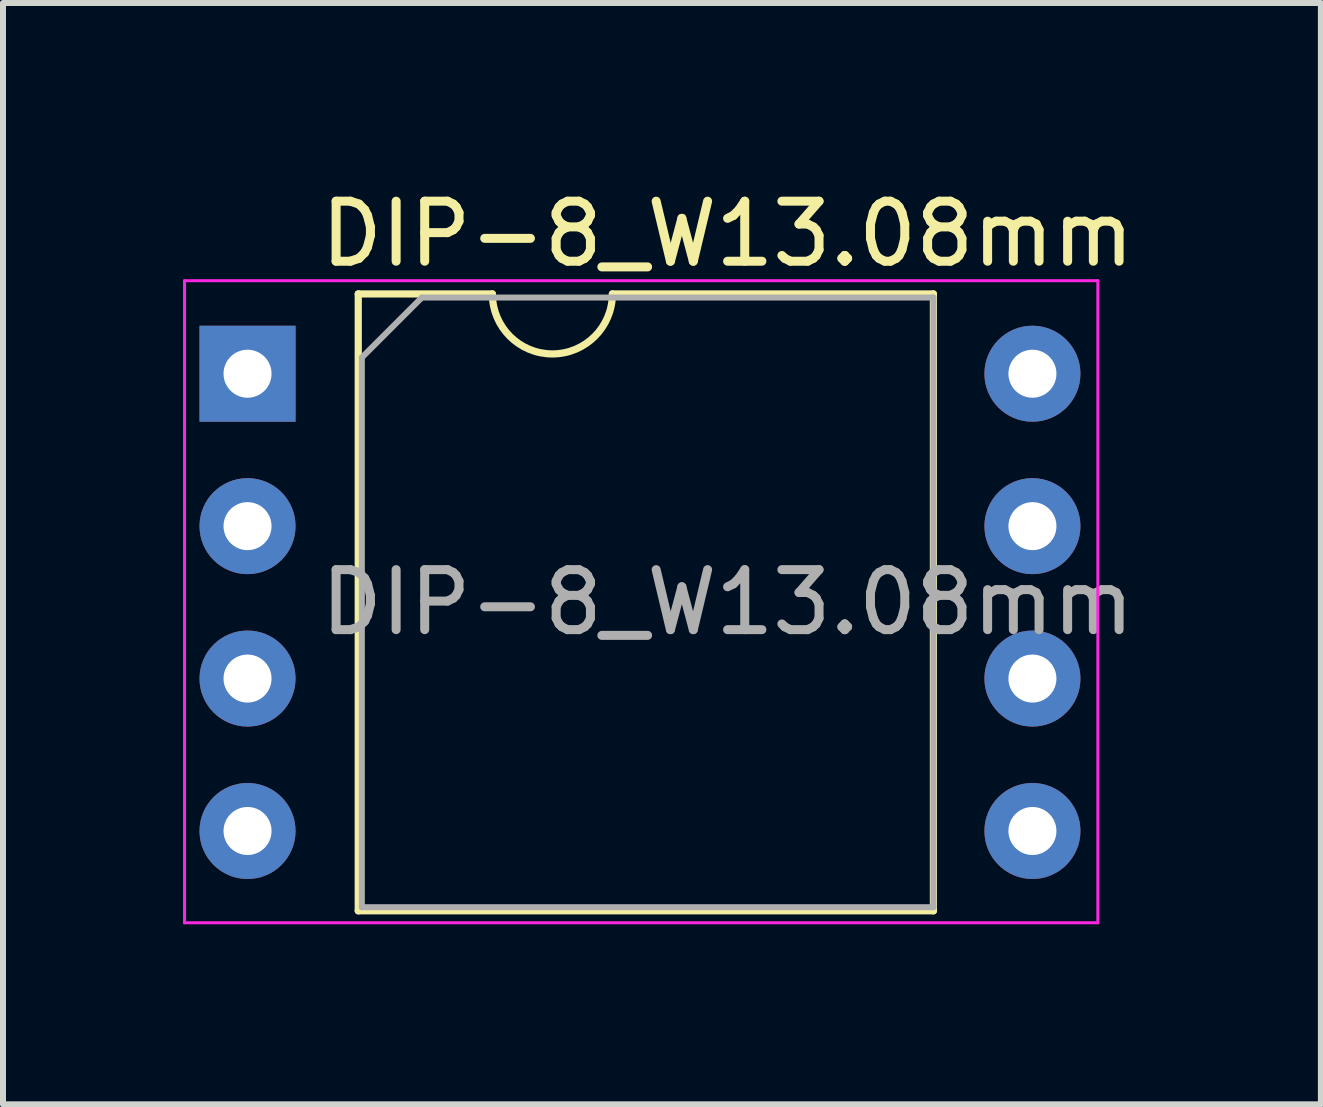
<source format=kicad_pcb>
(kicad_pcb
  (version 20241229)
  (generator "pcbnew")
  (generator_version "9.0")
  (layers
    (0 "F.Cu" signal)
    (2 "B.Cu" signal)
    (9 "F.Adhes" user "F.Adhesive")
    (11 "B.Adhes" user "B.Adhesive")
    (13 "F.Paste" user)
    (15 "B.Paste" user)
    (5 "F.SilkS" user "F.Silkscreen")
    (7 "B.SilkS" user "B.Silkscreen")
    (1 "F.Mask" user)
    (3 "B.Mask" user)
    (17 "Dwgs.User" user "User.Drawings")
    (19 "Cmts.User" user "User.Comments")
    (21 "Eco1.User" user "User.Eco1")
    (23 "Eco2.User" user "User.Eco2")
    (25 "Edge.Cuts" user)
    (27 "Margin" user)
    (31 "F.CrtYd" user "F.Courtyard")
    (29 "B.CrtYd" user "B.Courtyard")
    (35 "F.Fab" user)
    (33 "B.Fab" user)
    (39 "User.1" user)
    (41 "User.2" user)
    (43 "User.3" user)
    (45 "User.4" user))
  (footprint "DIP-8_W13.08mm"
    (layer "F.Cu")
    (at 1.075 3.178)
    (property "Reference" "DIP-8_W13.08mm" (at 8 -2.33 0) (layer "F.SilkS") (effects (font (size 1 1) (thickness 0.15))))
    (attr through_hole)
    (fp_line (start 1.845 -1.33) (end 1.845 8.95) (stroke (width 0.12) (type solid)) (layer "F.SilkS"))
    (fp_line (start 1.845 8.95) (end 11.43 8.95) (stroke (width 0.12) (type solid)) (layer "F.SilkS"))
    (fp_line (start 4.08 -1.33) (end 1.845 -1.33) (stroke (width 0.12) (type solid)) (layer "F.SilkS"))
    (fp_line (start 11.43 -1.33) (end 6.08 -1.33) (stroke (width 0.12) (type solid)) (layer "F.SilkS"))
    (fp_line (start 11.43 8.95) (end 11.43 -1.33) (stroke (width 0.12) (type solid)) (layer "F.SilkS"))
    (fp_arc (start 6.08 -1.33) (mid 5.08 -0.33) (end 4.08 -1.33) (stroke (width 0.12) (type solid)) (layer "F.SilkS"))
    (fp_line (start -1.05 -1.55) (end -1.05 9.15) (stroke (width 0.05) (type solid)) (layer "F.CrtYd"))
    (fp_line (start -1.05 9.15) (end 14.17 9.15) (stroke (width 0.05) (type solid)) (layer "F.CrtYd"))
    (fp_line (start 14.17 -1.55) (end -1.05 -1.55) (stroke (width 0.05) (type solid)) (layer "F.CrtYd"))
    (fp_line (start 14.17 9.15) (end 14.17 -1.55) (stroke (width 0.05) (type solid)) (layer "F.CrtYd"))
    (fp_line (start 1.905 -0.27) (end 2.905 -1.27) (stroke (width 0.1) (type solid)) (layer "F.Fab"))
    (fp_line (start 1.905 8.89) (end 1.905 -0.27) (stroke (width 0.1) (type solid)) (layer "F.Fab"))
    (fp_line (start 2.905 -1.27) (end 11.43 -1.27) (stroke (width 0.1) (type solid)) (layer "F.Fab"))
    (fp_line (start 11.43 -1.27) (end 11.43 8.89) (stroke (width 0.1) (type solid)) (layer "F.Fab"))
    (fp_line (start 11.43 8.89) (end 1.905 8.89) (stroke (width 0.1) (type solid)) (layer "F.Fab"))
    (fp_text user "${REFERENCE}" (at 8 3.81 0) (layer "F.Fab") (effects (font (size 1 1) (thickness 0.15))))
    (pad "1" thru_hole rect (at 0 0) (size 1.6 1.6) (drill 0.8) (layers "*.Cu" "*.Mask"))
    (pad "2" thru_hole oval (at 0 2.54) (size 1.6 1.6) (drill 0.8) (layers "*.Cu" "*.Mask"))
    (pad "3" thru_hole oval (at 0 5.08) (size 1.6 1.6) (drill 0.8) (layers "*.Cu" "*.Mask"))
    (pad "4" thru_hole oval (at 0 7.62) (size 1.6 1.6) (drill 0.8) (layers "*.Cu" "*.Mask"))
    (pad "5" thru_hole oval (at 13.08 7.62) (size 1.6 1.6) (drill 0.8) (layers "*.Cu" "*.Mask"))
    (pad "6" thru_hole oval (at 13.08 5.08) (size 1.6 1.6) (drill 0.8) (layers "*.Cu" "*.Mask"))
    (pad "7" thru_hole oval (at 13.08 2.54) (size 1.6 1.6) (drill 0.8) (layers "*.Cu" "*.Mask"))
    (pad "8" thru_hole oval (at 13.08 0) (size 1.6 1.6) (drill 0.8) (layers "*.Cu" "*.Mask")))
  (gr_rect
    (start -3 -3)
    (end 18.962 15.353)
    (stroke (width 0.1) (type default))
    (fill no)
    (layer "Edge.Cuts")))
</source>
